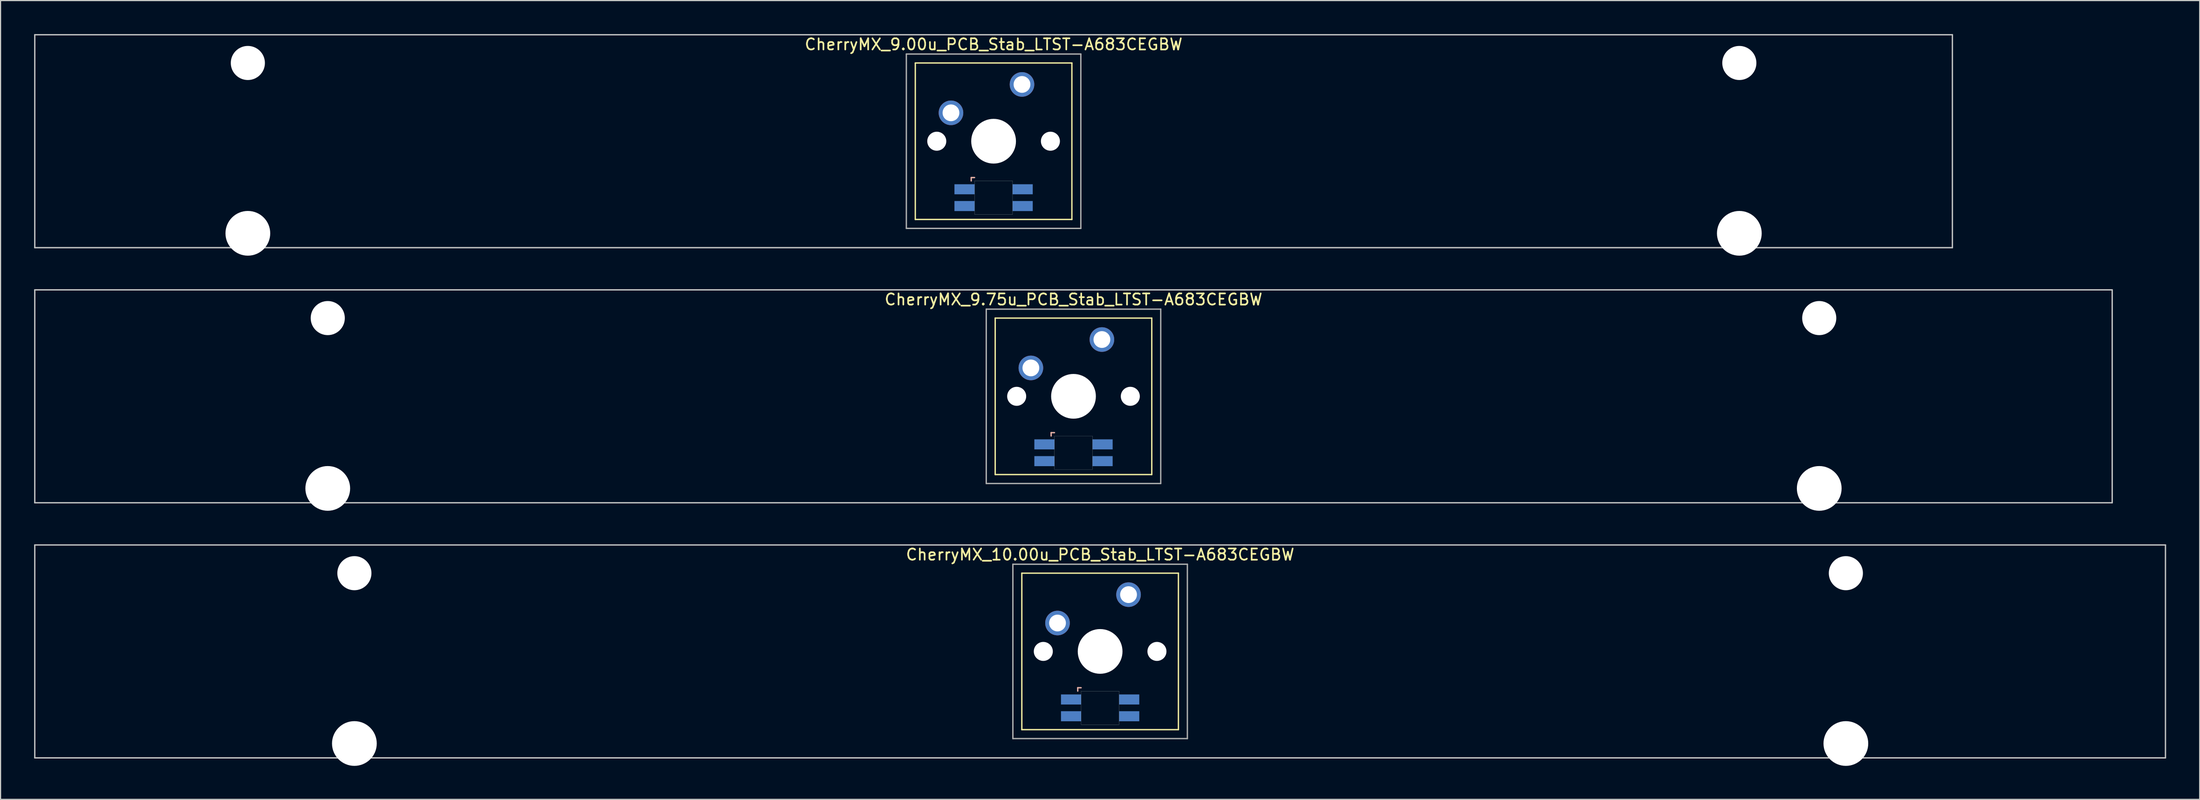
<source format=kicad_pcb>
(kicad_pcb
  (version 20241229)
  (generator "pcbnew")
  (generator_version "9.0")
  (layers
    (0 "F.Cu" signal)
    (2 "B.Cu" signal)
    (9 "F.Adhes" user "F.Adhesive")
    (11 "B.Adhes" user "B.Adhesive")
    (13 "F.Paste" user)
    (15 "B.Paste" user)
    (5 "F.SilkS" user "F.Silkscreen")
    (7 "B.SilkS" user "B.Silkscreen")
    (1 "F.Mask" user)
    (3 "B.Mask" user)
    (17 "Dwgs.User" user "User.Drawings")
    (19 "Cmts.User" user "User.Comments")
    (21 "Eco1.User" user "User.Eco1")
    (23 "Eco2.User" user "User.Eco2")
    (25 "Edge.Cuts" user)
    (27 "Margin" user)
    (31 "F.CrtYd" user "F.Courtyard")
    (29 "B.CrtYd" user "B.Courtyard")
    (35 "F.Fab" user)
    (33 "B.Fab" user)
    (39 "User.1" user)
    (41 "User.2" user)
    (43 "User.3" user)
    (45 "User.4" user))
  (footprint "CherryMX_10.00u_PCB_Stab_LTST-A683CEGBW"
    (layer "F.Cu")
    (at 95.31 55.235)
    (property "Reference" "CherryMX_10.00u_PCB_Stab_LTST-A683CEGBW" (at 0 -8.662 0) (layer "F.SilkS") (effects (font (size 1 1) (thickness 0.15))))
    (attr through_hole)
    (fp_line (start -7 -7) (end -7 7) (stroke (width 0.12) (type solid)) (layer "F.SilkS"))
    (fp_line (start -7 -7) (end 7 -7) (stroke (width 0.12) (type solid)) (layer "F.SilkS"))
    (fp_line (start 7 -7) (end 7 7) (stroke (width 0.12) (type solid)) (layer "F.SilkS"))
    (fp_line (start 7 7) (end -7 7) (stroke (width 0.12) (type solid)) (layer "F.SilkS"))
    (fp_line (start -2 3.25) (end -2 3.55) (stroke (width 0.12) (type solid)) (layer "B.SilkS"))
    (fp_line (start -1.7 3.25) (end -2 3.25) (stroke (width 0.12) (type solid)) (layer "B.SilkS"))
    (fp_line (start -95.25 -9.525) (end 95.25 -9.525) (stroke (width 0.12) (type solid)) (layer "Dwgs.User"))
    (fp_line (start -95.25 9.525) (end -95.25 -9.525) (stroke (width 0.12) (type solid)) (layer "Dwgs.User"))
    (fp_line (start 95.25 -9.525) (end 95.25 9.525) (stroke (width 0.12) (type solid)) (layer "Dwgs.User"))
    (fp_line (start 95.25 9.525) (end -95.25 9.525) (stroke (width 0.12) (type solid)) (layer "Dwgs.User"))
    (fp_poly (pts (xy 1.7 6.55) (xy -1.7 6.55) (xy -1.7 3.55) (xy 1.7 3.55)) (stroke (width 0.01) (type solid)) (fill no) (layer "Edge.Cuts"))
    (fp_line (start -7.8 -7.8) (end -7.8 7.8) (stroke (width 0.12) (type solid)) (layer "F.Fab"))
    (fp_line (start -7.8 -7.8) (end 7.8 -7.8) (stroke (width 0.12) (type solid)) (layer "F.Fab"))
    (fp_line (start -7.8 7.8) (end 7.8 7.8) (stroke (width 0.12) (type solid)) (layer "F.Fab"))
    (fp_line (start 7.8 -7.8) (end 7.8 7.8) (stroke (width 0.12) (type solid)) (layer "F.Fab"))
    (pad "" np_thru_hole circle (at -66.675 -7) (size 3.05 3.05) (drill 3.05) (layers "*.Cu" "*.Mask"))
    (pad "" np_thru_hole circle (at -66.675 8.24) (size 4 4) (drill 4) (layers "*.Cu" "*.Mask"))
    (pad "" np_thru_hole circle (at -5.08 0) (size 1.7 1.7) (drill 1.7) (layers "*.Cu" "*.Mask"))
    (pad "" np_thru_hole circle (at 0 0) (size 4 4) (drill 4) (layers "*.Cu" "*.Mask"))
    (pad "" np_thru_hole circle (at 5.08 0) (size 1.7 1.7) (drill 1.7) (layers "*.Cu" "*.Mask"))
    (pad "" np_thru_hole circle (at 66.675 -7) (size 3.05 3.05) (drill 3.05) (layers "*.Cu" "*.Mask"))
    (pad "" np_thru_hole circle (at 66.675 8.24) (size 4 4) (drill 4) (layers "*.Cu" "*.Mask"))
    (pad "1" thru_hole circle (at -3.81 -2.54) (size 2.2 2.2) (drill 1.5) (layers "*.Cu" "*.Mask"))
    (pad "2" thru_hole circle (at 2.54 -5.08) (size 2.2 2.2) (drill 1.5) (layers "*.Cu" "*.Mask"))
    (pad "3" smd rect (at -2.6 4.3) (size 1.8 0.9) (layers "B.Cu" "B.Mask" "B.Paste"))
    (pad "4" smd rect (at -2.6 5.8) (size 1.8 0.9) (layers "B.Cu" "B.Mask" "B.Paste"))
    (pad "5" smd rect (at 2.6 4.3) (size 1.8 0.9) (layers "B.Cu" "B.Mask" "B.Paste"))
    (pad "6" smd rect (at 2.6 5.8) (size 1.8 0.9) (layers "B.Cu" "B.Mask" "B.Paste")))
  (footprint "CherryMX_9.75u_PCB_Stab_LTST-A683CEGBW"
    (layer "F.Cu")
    (at 92.929 32.41)
    (property "Reference" "CherryMX_9.75u_PCB_Stab_LTST-A683CEGBW" (at 0 -8.662 0) (layer "F.SilkS") (effects (font (size 1 1) (thickness 0.15))))
    (attr through_hole)
    (fp_line (start -7 -7) (end -7 7) (stroke (width 0.12) (type solid)) (layer "F.SilkS"))
    (fp_line (start -7 -7) (end 7 -7) (stroke (width 0.12) (type solid)) (layer "F.SilkS"))
    (fp_line (start 7 -7) (end 7 7) (stroke (width 0.12) (type solid)) (layer "F.SilkS"))
    (fp_line (start 7 7) (end -7 7) (stroke (width 0.12) (type solid)) (layer "F.SilkS"))
    (fp_line (start -2 3.25) (end -2 3.55) (stroke (width 0.12) (type solid)) (layer "B.SilkS"))
    (fp_line (start -1.7 3.25) (end -2 3.25) (stroke (width 0.12) (type solid)) (layer "B.SilkS"))
    (fp_line (start -92.869 -9.525) (end 92.869 -9.525) (stroke (width 0.12) (type solid)) (layer "Dwgs.User"))
    (fp_line (start -92.869 9.525) (end -92.869 -9.525) (stroke (width 0.12) (type solid)) (layer "Dwgs.User"))
    (fp_line (start 92.869 -9.525) (end 92.869 9.525) (stroke (width 0.12) (type solid)) (layer "Dwgs.User"))
    (fp_line (start 92.869 9.525) (end -92.869 9.525) (stroke (width 0.12) (type solid)) (layer "Dwgs.User"))
    (fp_poly (pts (xy 1.7 6.55) (xy -1.7 6.55) (xy -1.7 3.55) (xy 1.7 3.55)) (stroke (width 0.01) (type solid)) (fill no) (layer "Edge.Cuts"))
    (fp_line (start -7.8 -7.8) (end -7.8 7.8) (stroke (width 0.12) (type solid)) (layer "F.Fab"))
    (fp_line (start -7.8 -7.8) (end 7.8 -7.8) (stroke (width 0.12) (type solid)) (layer "F.Fab"))
    (fp_line (start -7.8 7.8) (end 7.8 7.8) (stroke (width 0.12) (type solid)) (layer "F.Fab"))
    (fp_line (start 7.8 -7.8) (end 7.8 7.8) (stroke (width 0.12) (type solid)) (layer "F.Fab"))
    (pad "" np_thru_hole circle (at -66.675 -7) (size 3.05 3.05) (drill 3.05) (layers "*.Cu" "*.Mask"))
    (pad "" np_thru_hole circle (at -66.675 8.24) (size 4 4) (drill 4) (layers "*.Cu" "*.Mask"))
    (pad "" np_thru_hole circle (at -5.08 0) (size 1.7 1.7) (drill 1.7) (layers "*.Cu" "*.Mask"))
    (pad "" np_thru_hole circle (at 0 0) (size 4 4) (drill 4) (layers "*.Cu" "*.Mask"))
    (pad "" np_thru_hole circle (at 5.08 0) (size 1.7 1.7) (drill 1.7) (layers "*.Cu" "*.Mask"))
    (pad "" np_thru_hole circle (at 66.675 -7) (size 3.05 3.05) (drill 3.05) (layers "*.Cu" "*.Mask"))
    (pad "" np_thru_hole circle (at 66.675 8.24) (size 4 4) (drill 4) (layers "*.Cu" "*.Mask"))
    (pad "1" thru_hole circle (at -3.81 -2.54) (size 2.2 2.2) (drill 1.5) (layers "*.Cu" "*.Mask"))
    (pad "2" thru_hole circle (at 2.54 -5.08) (size 2.2 2.2) (drill 1.5) (layers "*.Cu" "*.Mask"))
    (pad "3" smd rect (at -2.6 4.3) (size 1.8 0.9) (layers "B.Cu" "B.Mask" "B.Paste"))
    (pad "4" smd rect (at -2.6 5.8) (size 1.8 0.9) (layers "B.Cu" "B.Mask" "B.Paste"))
    (pad "5" smd rect (at 2.6 4.3) (size 1.8 0.9) (layers "B.Cu" "B.Mask" "B.Paste"))
    (pad "6" smd rect (at 2.6 5.8) (size 1.8 0.9) (layers "B.Cu" "B.Mask" "B.Paste")))
  (footprint "CherryMX_9.00u_PCB_Stab_LTST-A683CEGBW"
    (layer "F.Cu")
    (at 85.785 9.585)
    (property "Reference" "CherryMX_9.00u_PCB_Stab_LTST-A683CEGBW" (at 0 -8.662 0) (layer "F.SilkS") (effects (font (size 1 1) (thickness 0.15))))
    (attr through_hole)
    (fp_line (start -7 -7) (end -7 7) (stroke (width 0.12) (type solid)) (layer "F.SilkS"))
    (fp_line (start -7 -7) (end 7 -7) (stroke (width 0.12) (type solid)) (layer "F.SilkS"))
    (fp_line (start 7 -7) (end 7 7) (stroke (width 0.12) (type solid)) (layer "F.SilkS"))
    (fp_line (start 7 7) (end -7 7) (stroke (width 0.12) (type solid)) (layer "F.SilkS"))
    (fp_line (start -2 3.25) (end -2 3.55) (stroke (width 0.12) (type solid)) (layer "B.SilkS"))
    (fp_line (start -1.7 3.25) (end -2 3.25) (stroke (width 0.12) (type solid)) (layer "B.SilkS"))
    (fp_line (start -85.725 -9.525) (end 85.725 -9.525) (stroke (width 0.12) (type solid)) (layer "Dwgs.User"))
    (fp_line (start -85.725 9.525) (end -85.725 -9.525) (stroke (width 0.12) (type solid)) (layer "Dwgs.User"))
    (fp_line (start 85.725 -9.525) (end 85.725 9.525) (stroke (width 0.12) (type solid)) (layer "Dwgs.User"))
    (fp_line (start 85.725 9.525) (end -85.725 9.525) (stroke (width 0.12) (type solid)) (layer "Dwgs.User"))
    (fp_poly (pts (xy 1.7 6.55) (xy -1.7 6.55) (xy -1.7 3.55) (xy 1.7 3.55)) (stroke (width 0.01) (type solid)) (fill no) (layer "Edge.Cuts"))
    (fp_line (start -7.8 -7.8) (end -7.8 7.8) (stroke (width 0.12) (type solid)) (layer "F.Fab"))
    (fp_line (start -7.8 -7.8) (end 7.8 -7.8) (stroke (width 0.12) (type solid)) (layer "F.Fab"))
    (fp_line (start -7.8 7.8) (end 7.8 7.8) (stroke (width 0.12) (type solid)) (layer "F.Fab"))
    (fp_line (start 7.8 -7.8) (end 7.8 7.8) (stroke (width 0.12) (type solid)) (layer "F.Fab"))
    (pad "" np_thru_hole circle (at -66.675 -7) (size 3.05 3.05) (drill 3.05) (layers "*.Cu" "*.Mask"))
    (pad "" np_thru_hole circle (at -66.675 8.24) (size 4 4) (drill 4) (layers "*.Cu" "*.Mask"))
    (pad "" np_thru_hole circle (at -5.08 0) (size 1.7 1.7) (drill 1.7) (layers "*.Cu" "*.Mask"))
    (pad "" np_thru_hole circle (at 0 0) (size 4 4) (drill 4) (layers "*.Cu" "*.Mask"))
    (pad "" np_thru_hole circle (at 5.08 0) (size 1.7 1.7) (drill 1.7) (layers "*.Cu" "*.Mask"))
    (pad "" np_thru_hole circle (at 66.675 -7) (size 3.05 3.05) (drill 3.05) (layers "*.Cu" "*.Mask"))
    (pad "" np_thru_hole circle (at 66.675 8.24) (size 4 4) (drill 4) (layers "*.Cu" "*.Mask"))
    (pad "1" thru_hole circle (at -3.81 -2.54) (size 2.2 2.2) (drill 1.5) (layers "*.Cu" "*.Mask"))
    (pad "2" thru_hole circle (at 2.54 -5.08) (size 2.2 2.2) (drill 1.5) (layers "*.Cu" "*.Mask"))
    (pad "3" smd rect (at -2.6 4.3) (size 1.8 0.9) (layers "B.Cu" "B.Mask" "B.Paste"))
    (pad "4" smd rect (at -2.6 5.8) (size 1.8 0.9) (layers "B.Cu" "B.Mask" "B.Paste"))
    (pad "5" smd rect (at 2.6 4.3) (size 1.8 0.9) (layers "B.Cu" "B.Mask" "B.Paste"))
    (pad "6" smd rect (at 2.6 5.8) (size 1.8 0.9) (layers "B.Cu" "B.Mask" "B.Paste")))
  (gr_rect
    (start -3 -3)
    (end 193.62 68.475)
    (stroke (width 0.1) (type default))
    (fill no)
    (layer "Edge.Cuts")))
</source>
